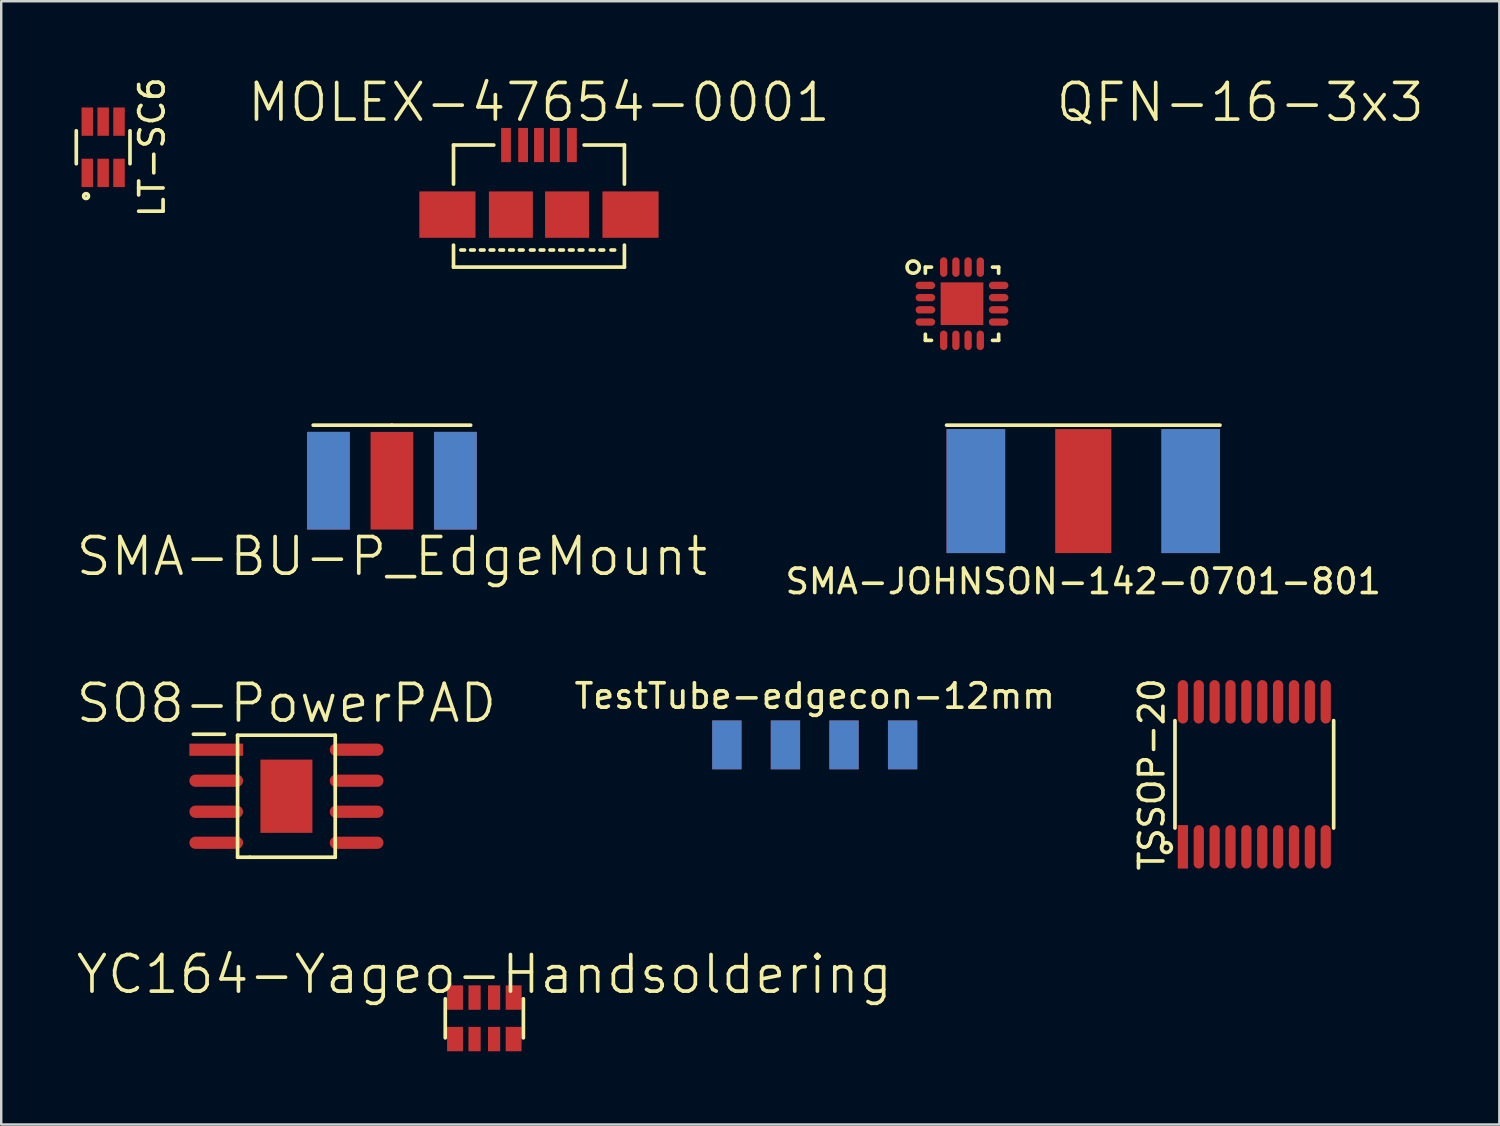
<source format=kicad_pcb>
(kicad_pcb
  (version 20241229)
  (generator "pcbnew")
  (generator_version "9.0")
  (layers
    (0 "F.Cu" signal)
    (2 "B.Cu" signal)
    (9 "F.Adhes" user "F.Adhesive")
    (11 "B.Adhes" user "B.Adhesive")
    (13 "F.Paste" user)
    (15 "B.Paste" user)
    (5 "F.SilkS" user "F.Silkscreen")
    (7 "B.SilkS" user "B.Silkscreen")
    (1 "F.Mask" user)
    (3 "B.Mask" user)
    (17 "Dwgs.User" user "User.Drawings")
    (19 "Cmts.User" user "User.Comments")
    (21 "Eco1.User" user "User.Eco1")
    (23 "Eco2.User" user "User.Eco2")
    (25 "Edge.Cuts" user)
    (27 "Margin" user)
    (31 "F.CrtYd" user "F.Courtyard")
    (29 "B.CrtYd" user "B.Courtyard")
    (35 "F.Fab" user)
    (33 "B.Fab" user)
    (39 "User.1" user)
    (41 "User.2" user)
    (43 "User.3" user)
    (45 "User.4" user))
  (footprint "SMA-BU-P_EdgeMount"
    (layer "F.Cu")
    (at 13.004 16.641)
    (property "Reference" "SMA-BU-P_EdgeMount" (at 0 3.1 0) (layer "F.SilkS") (effects (font (size 1.5 1.5) (thickness 0.15))))
    (attr through_hole)
    (fp_line (start 0 -2.275) (end -3.225 -2.275) (stroke (width 0.15) (type solid)) (layer "F.SilkS"))
    (fp_line (start 0 -2.275) (end 3.225 -2.275) (stroke (width 0.15) (type solid)) (layer "F.SilkS"))
    (pad "1" smd rect (at 0 0) (size 1.75 4) (layers "F.Cu" "F.Mask" "F.Paste"))
    (pad "2" smd rect (at -2.6 0) (size 1.75 4) (layers "F.Cu" "F.Mask" "F.Paste"))
    (pad "2" smd rect (at -2.6 0) (size 1.75 4) (layers "B.Cu" "B.Mask" "B.Paste"))
    (pad "2" smd rect (at 2.6 0) (size 1.75 4) (layers "F.Cu" "F.Mask" "F.Paste"))
    (pad "2" smd rect (at 2.6 0) (size 1.75 4) (layers "B.Cu" "B.Mask" "B.Paste")))
  (footprint "QFN-16-3x3"
    (layer "F.Cu")
    (at 36.355 9.391)
    (property "Reference" "QFN-16-3x3" (at 11.4 -8.25 0) (layer "F.SilkS") (effects (font (size 1.5 1.5) (thickness 0.15))))
    (attr through_hole)
    (fp_line (start -1.5 -1.5) (end -1.5 -1.25) (stroke (width 0.15) (type solid)) (layer "F.SilkS"))
    (fp_line (start -1.5 1.25) (end -1.5 1.5) (stroke (width 0.15) (type solid)) (layer "F.SilkS"))
    (fp_line (start -1.5 1.5) (end -1.25 1.5) (stroke (width 0.15) (type solid)) (layer "F.SilkS"))
    (fp_line (start -1.25 -1.5) (end -1.5 -1.5) (stroke (width 0.15) (type solid)) (layer "F.SilkS"))
    (fp_line (start 1.25 -1.5) (end 1.5 -1.5) (stroke (width 0.15) (type solid)) (layer "F.SilkS"))
    (fp_line (start 1.25 1.5) (end 1.5 1.5) (stroke (width 0.15) (type solid)) (layer "F.SilkS"))
    (fp_line (start 1.5 -1.5) (end 1.5 -1.25) (stroke (width 0.15) (type solid)) (layer "F.SilkS"))
    (fp_line (start 1.5 1.5) (end 1.5 1.25) (stroke (width 0.15) (type solid)) (layer "F.SilkS"))
    (fp_circle (center -2 -1.5) (end -1.75 -1.5) (stroke (width 0.15) (type solid)) (fill no) (layer "F.SilkS"))
    (pad "1" smd oval (at -1.5 -0.75) (size 0.8 0.3) (layers "F.Cu" "F.Mask" "F.Paste"))
    (pad "2" smd oval (at -1.5 -0.25) (size 0.8 0.3) (layers "F.Cu" "F.Mask" "F.Paste"))
    (pad "3" smd oval (at -1.5 0.25) (size 0.8 0.3) (layers "F.Cu" "F.Mask" "F.Paste"))
    (pad "4" smd oval (at -1.5 0.75) (size 0.8 0.3) (layers "F.Cu" "F.Mask" "F.Paste"))
    (pad "5" smd oval (at -0.75 1.5) (size 0.3 0.8) (layers "F.Cu" "F.Mask" "F.Paste"))
    (pad "6" smd oval (at -0.25 1.5) (size 0.3 0.8) (layers "F.Cu" "F.Mask" "F.Paste"))
    (pad "7" smd oval (at 0.25 1.5) (size 0.3 0.8) (layers "F.Cu" "F.Mask" "F.Paste"))
    (pad "8" smd oval (at 0.75 1.5) (size 0.3 0.8) (layers "F.Cu" "F.Mask" "F.Paste"))
    (pad "9" smd oval (at 1.5 0.75) (size 0.8 0.3) (layers "F.Cu" "F.Mask" "F.Paste"))
    (pad "10" smd oval (at 1.5 0.25) (size 0.8 0.3) (layers "F.Cu" "F.Mask" "F.Paste"))
    (pad "11" smd oval (at 1.5 -0.25) (size 0.8 0.3) (layers "F.Cu" "F.Mask" "F.Paste"))
    (pad "12" smd oval (at 1.5 -0.75) (size 0.8 0.3) (layers "F.Cu" "F.Mask" "F.Paste"))
    (pad "13" smd oval (at 0.75 -1.5) (size 0.3 0.8) (layers "F.Cu" "F.Mask" "F.Paste"))
    (pad "14" smd oval (at 0.25 -1.5) (size 0.3 0.8) (layers "F.Cu" "F.Mask" "F.Paste"))
    (pad "15" smd oval (at -0.25 -1.5) (size 0.3 0.8) (layers "F.Cu" "F.Mask" "F.Paste"))
    (pad "16" smd oval (at -0.75 -1.5) (size 0.3 0.8) (layers "F.Cu" "F.Mask" "F.Paste"))
    (pad "17" smd rect (at 0 0) (size 1.75 1.75) (layers "F.Cu" "F.Mask" "F.Paste")))
  (footprint "YC164-Yageo-Handsoldering"
    (layer "F.Cu")
    (at 16.789 38.662)
    (property "Reference" "YC164-Yageo-Handsoldering" (at 0 -1.8 0) (layer "F.SilkS") (effects (font (size 1.5 1.5) (thickness 0.15))))
    (attr through_hole)
    (fp_line (start -1.6 -0.8) (end -1.6 0.8) (stroke (width 0.15) (type solid)) (layer "F.SilkS"))
    (fp_line (start 1.6 -0.8) (end 1.6 0.8) (stroke (width 0.15) (type solid)) (layer "F.SilkS"))
    (pad "1" smd rect (at -1.2 0.85) (size 0.65 1) (layers "F.Cu" "F.Mask" "F.Paste"))
    (pad "2" smd rect (at -0.4 0.85) (size 0.5 1) (layers "F.Cu" "F.Mask" "F.Paste"))
    (pad "3" smd rect (at 0.4 0.85) (size 0.5 1) (layers "F.Cu" "F.Mask" "F.Paste"))
    (pad "4" smd rect (at 1.2 0.85) (size 0.65 1) (layers "F.Cu" "F.Mask" "F.Paste"))
    (pad "5" smd rect (at 1.2 -0.85) (size 0.65 1) (layers "F.Cu" "F.Mask" "F.Paste"))
    (pad "6" smd rect (at 0.4 -0.85) (size 0.5 1) (layers "F.Cu" "F.Mask" "F.Paste"))
    (pad "7" smd rect (at -0.4 -0.85) (size 0.5 1) (layers "F.Cu" "F.Mask" "F.Paste"))
    (pad "8" smd rect (at -1.2 -0.85) (size 0.65 1) (layers "F.Cu" "F.Mask" "F.Paste")))
  (footprint "TSSOP-20"
    (layer "F.Cu")
    (at 48.329 28.668)
    (property "Reference" "TSSOP-20" (at -4.2 0 90) (layer "F.SilkS") (effects (font (size 1 1) (thickness 0.15))))
    (attr through_hole)
    (fp_line (start -3.25 -2.2) (end -3.25 2.2) (stroke (width 0.15) (type solid)) (layer "F.SilkS"))
    (fp_line (start 3.25 -2.2) (end 3.25 2.2) (stroke (width 0.15) (type solid)) (layer "F.SilkS"))
    (fp_circle (center -3.6 3) (end -3.4 3) (stroke (width 0.15) (type solid)) (fill no) (layer "F.SilkS"))
    (pad "1" smd rect (at -2.925 2.97) (size 0.42 1.78) (layers "F.Cu" "F.Mask" "F.Paste"))
    (pad "2" smd oval (at -2.275 2.97) (size 0.42 1.78) (layers "F.Cu" "F.Mask" "F.Paste"))
    (pad "3" smd oval (at -1.625 2.97) (size 0.42 1.78) (layers "F.Cu" "F.Mask" "F.Paste"))
    (pad "4" smd oval (at -0.975 2.97) (size 0.42 1.78) (layers "F.Cu" "F.Mask" "F.Paste"))
    (pad "5" smd oval (at -0.325 2.97) (size 0.42 1.78) (layers "F.Cu" "F.Mask" "F.Paste"))
    (pad "6" smd oval (at 0.325 2.97) (size 0.42 1.78) (layers "F.Cu" "F.Mask" "F.Paste"))
    (pad "7" smd oval (at 0.975 2.97) (size 0.42 1.78) (layers "F.Cu" "F.Mask" "F.Paste"))
    (pad "8" smd oval (at 1.625 2.97) (size 0.42 1.78) (layers "F.Cu" "F.Mask" "F.Paste"))
    (pad "9" smd oval (at 2.275 2.97) (size 0.42 1.78) (layers "F.Cu" "F.Mask" "F.Paste"))
    (pad "10" smd oval (at 2.925 2.97) (size 0.42 1.78) (layers "F.Cu" "F.Mask" "F.Paste"))
    (pad "11" smd oval (at 2.925 -2.97) (size 0.42 1.78) (layers "F.Cu" "F.Mask" "F.Paste"))
    (pad "12" smd oval (at 2.275 -2.97) (size 0.42 1.78) (layers "F.Cu" "F.Mask" "F.Paste"))
    (pad "13" smd oval (at 1.625 -2.97) (size 0.42 1.78) (layers "F.Cu" "F.Mask" "F.Paste"))
    (pad "14" smd oval (at 0.975 -2.97) (size 0.42 1.78) (layers "F.Cu" "F.Mask" "F.Paste"))
    (pad "15" smd oval (at 0.325 -2.97) (size 0.42 1.78) (layers "F.Cu" "F.Mask" "F.Paste"))
    (pad "16" smd oval (at -0.325 -2.97) (size 0.42 1.78) (layers "F.Cu" "F.Mask" "F.Paste"))
    (pad "17" smd oval (at -0.975 -2.97) (size 0.42 1.78) (layers "F.Cu" "F.Mask" "F.Paste"))
    (pad "18" smd oval (at -1.625 -2.97) (size 0.42 1.78) (layers "F.Cu" "F.Mask" "F.Paste"))
    (pad "19" smd oval (at -2.275 -2.97) (size 0.42 1.78) (layers "F.Cu" "F.Mask" "F.Paste"))
    (pad "20" smd oval (at -2.925 -2.97) (size 0.42 1.78) (layers "F.Cu" "F.Mask" "F.Paste")))
  (footprint "LT-SC6"
    (layer "F.Cu")
    (at 1.175 2.982)
    (property "Reference" "LT-SC6" (at 2 0 90) (layer "F.SilkS") (effects (font (size 1 1) (thickness 0.15))))
    (attr through_hole)
    (fp_line (start -1.1 -0.675) (end -1.1 0.675) (stroke (width 0.15) (type solid)) (layer "F.SilkS"))
    (fp_line (start 1.1 0.675) (end 1.1 -0.675) (stroke (width 0.15) (type solid)) (layer "F.SilkS"))
    (fp_circle (center -0.7 2) (end -0.6 2) (stroke (width 0.15) (type solid)) (fill no) (layer "F.SilkS"))
    (pad "1" smd rect (at -0.65 1.05) (size 0.47 1.16) (layers "F.Cu" "F.Mask" "F.Paste"))
    (pad "2" smd rect (at 0 1.05) (size 0.47 1.16) (layers "F.Cu" "F.Mask" "F.Paste"))
    (pad "3" smd rect (at 0.65 1.05) (size 0.47 1.16) (layers "F.Cu" "F.Mask" "F.Paste"))
    (pad "4" smd rect (at 0.65 -1.05) (size 0.47 1.16) (layers "F.Cu" "F.Mask" "F.Paste"))
    (pad "5" smd rect (at 0 -1.05) (size 0.47 1.16) (layers "F.Cu" "F.Mask" "F.Paste"))
    (pad "6" smd rect (at -0.65 -1.05) (size 0.47 1.16) (layers "F.Cu" "F.Mask" "F.Paste")))
  (footprint "SMA-JOHNSON-142-0701-801"
    (layer "F.Cu")
    (at 41.323 17.066)
    (property "Reference" "SMA-JOHNSON-142-0701-801" (at 0 3.7 0) (layer "F.SilkS") (effects (font (size 1 1) (thickness 0.15))))
    (attr through_hole)
    (fp_line (start -5.6 -2.7) (end 5.6 -2.7) (stroke (width 0.15) (type solid)) (layer "F.SilkS"))
    (pad "1" smd rect (at 0 0) (size 2.3 5.08) (layers "F.Cu" "F.Mask" "F.Paste"))
    (pad "2" smd rect (at -4.4 0) (size 2.4 5.08) (layers "F.Cu" "F.Mask" "F.Paste"))
    (pad "2" smd rect (at -4.4 0) (size 2.4 5.08) (layers "F.Mask" "B.Cu" "F.Paste"))
    (pad "2" smd rect (at 4.4 0) (size 2.4 5.08) (layers "F.Cu" "F.Mask" "F.Paste"))
    (pad "2" smd rect (at 4.4 0) (size 2.4 5.08) (layers "F.Mask" "B.Cu" "F.Paste")))
  (footprint "MOLEX-47654-0001"
    (layer "F.Cu")
    (at 19.027 7.191)
    (property "Reference" "MOLEX-47654-0001" (at 0 -6.05 0) (layer "F.SilkS") (effects (font (size 1.5 1.5) (thickness 0.15))))
    (attr through_hole)
    (fp_line (start -3.5 -4.3) (end -3.5 -2.7) (stroke (width 0.15) (type solid)) (layer "F.SilkS"))
    (fp_line (start -3.5 -4.3) (end -1.85 -4.3) (stroke (width 0.15) (type solid)) (layer "F.SilkS"))
    (fp_line (start -3.5 0.7) (end -3.5 -0.2) (stroke (width 0.15) (type solid)) (layer "F.SilkS"))
    (fp_line (start -3.5 0.7) (end 3.5 0.7) (stroke (width 0.15) (type solid)) (layer "F.SilkS"))
    (fp_line (start -3.2 0) (end -3.05 0) (stroke (width 0.15) (type solid)) (layer "F.SilkS"))
    (fp_line (start -2.8 0) (end -2.65 0) (stroke (width 0.15) (type solid)) (layer "F.SilkS"))
    (fp_line (start -2.4 0) (end -2.25 0) (stroke (width 0.15) (type solid)) (layer "F.SilkS"))
    (fp_line (start -2 0) (end -1.85 0) (stroke (width 0.15) (type solid)) (layer "F.SilkS"))
    (fp_line (start -1.6 0) (end -1.45 0) (stroke (width 0.15) (type solid)) (layer "F.SilkS"))
    (fp_line (start -1.2 0) (end -1.05 0) (stroke (width 0.15) (type solid)) (layer "F.SilkS"))
    (fp_line (start -0.8 0) (end -0.65 0) (stroke (width 0.15) (type solid)) (layer "F.SilkS"))
    (fp_line (start -0.35 0) (end -0.2 0) (stroke (width 0.15) (type solid)) (layer "F.SilkS"))
    (fp_line (start 0.05 0) (end 0.2 0) (stroke (width 0.15) (type solid)) (layer "F.SilkS"))
    (fp_line (start 0.45 0) (end 0.6 0) (stroke (width 0.15) (type solid)) (layer "F.SilkS"))
    (fp_line (start 0.85 0) (end 1 0) (stroke (width 0.15) (type solid)) (layer "F.SilkS"))
    (fp_line (start 1.25 0) (end 1.4 0) (stroke (width 0.15) (type solid)) (layer "F.SilkS"))
    (fp_line (start 1.65 0) (end 1.8 0) (stroke (width 0.15) (type solid)) (layer "F.SilkS"))
    (fp_line (start 2.1 0) (end 2.25 0) (stroke (width 0.15) (type solid)) (layer "F.SilkS"))
    (fp_line (start 2.5 0) (end 2.65 0) (stroke (width 0.15) (type solid)) (layer "F.SilkS"))
    (fp_line (start 2.95 0) (end 3.1 0) (stroke (width 0.15) (type solid)) (layer "F.SilkS"))
    (fp_line (start 3.5 -4.3) (end 1.85 -4.3) (stroke (width 0.15) (type solid)) (layer "F.SilkS"))
    (fp_line (start 3.5 -4.3) (end 3.5 -2.7) (stroke (width 0.15) (type solid)) (layer "F.SilkS"))
    (fp_line (start 3.5 0.7) (end 3.5 -0.2) (stroke (width 0.15) (type solid)) (layer "F.SilkS"))
    (pad "1" smd rect (at -1.35 -4.3) (size 0.4 1.4) (layers "F.Cu" "F.Mask" "F.Paste"))
    (pad "2" smd rect (at -0.65 -4.3) (size 0.4 1.4) (layers "F.Cu" "F.Mask" "F.Paste"))
    (pad "3" smd rect (at 0 -4.3) (size 0.4 1.4) (layers "F.Cu" "F.Mask" "F.Paste"))
    (pad "4" smd rect (at 0.65 -4.3) (size 0.4 1.4) (layers "F.Cu" "F.Mask" "F.Paste"))
    (pad "5" smd rect (at 1.35 -4.3) (size 0.4 1.4) (layers "F.Cu" "F.Mask" "F.Paste"))
    (pad "6" smd rect (at -3.75 -1.45) (size 2.3 1.9) (layers "F.Cu" "F.Mask" "F.Paste"))
    (pad "6" smd rect (at -1.15 -1.45) (size 1.8 1.9) (layers "F.Cu" "F.Mask" "F.Paste"))
    (pad "6" smd rect (at 1.15 -1.45) (size 1.8 1.9) (layers "F.Cu" "F.Mask" "F.Paste"))
    (pad "6" smd rect (at 3.75 -1.45) (size 2.3 1.9) (layers "F.Cu" "F.Mask" "F.Paste")))
  (footprint "SO8-PowerPAD"
    (layer "F.Cu")
    (at 8.682 29.565)
    (property "Reference" "SO8-PowerPAD" (at 0 -3.81 0) (layer "F.SilkS") (effects (font (size 1.5 1.5) (thickness 0.15))))
    (attr through_hole)
    (fp_line (start -3.81 -2.54) (end -2.54 -2.54) (stroke (width 0.15) (type solid)) (layer "F.SilkS"))
    (fp_line (start -2 -2.5) (end 2 -2.5) (stroke (width 0.15) (type solid)) (layer "F.SilkS"))
    (fp_line (start -2 2.5) (end -2 -2.5) (stroke (width 0.15) (type solid)) (layer "F.SilkS"))
    (fp_line (start -1.5 2.5) (end -2 2.5) (stroke (width 0.15) (type solid)) (layer "F.SilkS"))
    (fp_line (start 2 -2.5) (end 2 2.5) (stroke (width 0.15) (type solid)) (layer "F.SilkS"))
    (fp_line (start 2 2.5) (end -1.5 2.5) (stroke (width 0.15) (type solid)) (layer "F.SilkS"))
    (pad "1" smd rect (at -2.875 -1.905) (size 2.2 0.5) (layers "F.Cu" "F.Mask" "F.Paste"))
    (pad "2" smd oval (at -2.875 -0.635) (size 2.2 0.5) (layers "F.Cu" "F.Mask" "F.Paste"))
    (pad "3" smd oval (at -2.875 0.635) (size 2.2 0.5) (layers "F.Cu" "F.Mask" "F.Paste"))
    (pad "4" smd oval (at -2.875 1.905) (size 2.2 0.5) (layers "F.Cu" "F.Mask" "F.Paste"))
    (pad "5" smd oval (at 2.875 1.905) (size 2.2 0.5) (layers "F.Cu" "F.Mask" "F.Paste"))
    (pad "6" smd oval (at 2.875 0.635) (size 2.2 0.5) (layers "F.Cu" "F.Mask" "F.Paste"))
    (pad "7" smd oval (at 2.875 -0.635) (size 2.2 0.5) (layers "F.Cu" "F.Mask" "F.Paste"))
    (pad "8" smd oval (at 2.875 -1.905) (size 2.2 0.5) (layers "F.Cu" "F.Mask" "F.Paste"))
    (pad "9" smd rect (at 0 0) (size 2.13 3) (layers "F.Cu" "F.Mask" "F.Paste")))
  (footprint "TestTube-edgecon-12mm"
    (layer "F.Cu")
    (at 30.323 27.462)
    (property "Reference" "TestTube-edgecon-12mm" (at 0 -2 0) (layer "F.SilkS") (effects (font (size 1 1) (thickness 0.15))))
    (attr through_hole)
    (pad "1" smd rect (at -3.6 0) (size 1.2 2) (layers "F.Cu" "F.Mask" "F.Paste"))
    (pad "2" smd rect (at -1.2 0) (size 1.2 2) (layers "F.Cu" "F.Mask" "F.Paste"))
    (pad "3" smd rect (at 1.2 0) (size 1.2 2) (layers "F.Cu" "F.Mask" "F.Paste"))
    (pad "4" smd rect (at 3.6 0) (size 1.2 2) (layers "F.Cu" "F.Mask" "F.Paste"))
    (pad "5" smd rect (at -3.6 0) (size 1.2 2) (layers "B.Cu" "B.Mask" "B.Paste"))
    (pad "6" smd rect (at -1.2 0) (size 1.2 2) (layers "B.Cu" "B.Mask" "B.Paste"))
    (pad "7" smd rect (at 1.2 0) (size 1.2 2) (layers "B.Cu" "B.Mask" "B.Paste"))
    (pad "8" smd rect (at 3.6 0) (size 1.2 2) (layers "B.Cu" "B.Mask" "B.Paste")))
  (gr_rect
    (start -3 -3)
    (end 58.366 43.012)
    (stroke (width 0.1) (type default))
    (fill no)
    (layer "Edge.Cuts")))
</source>
